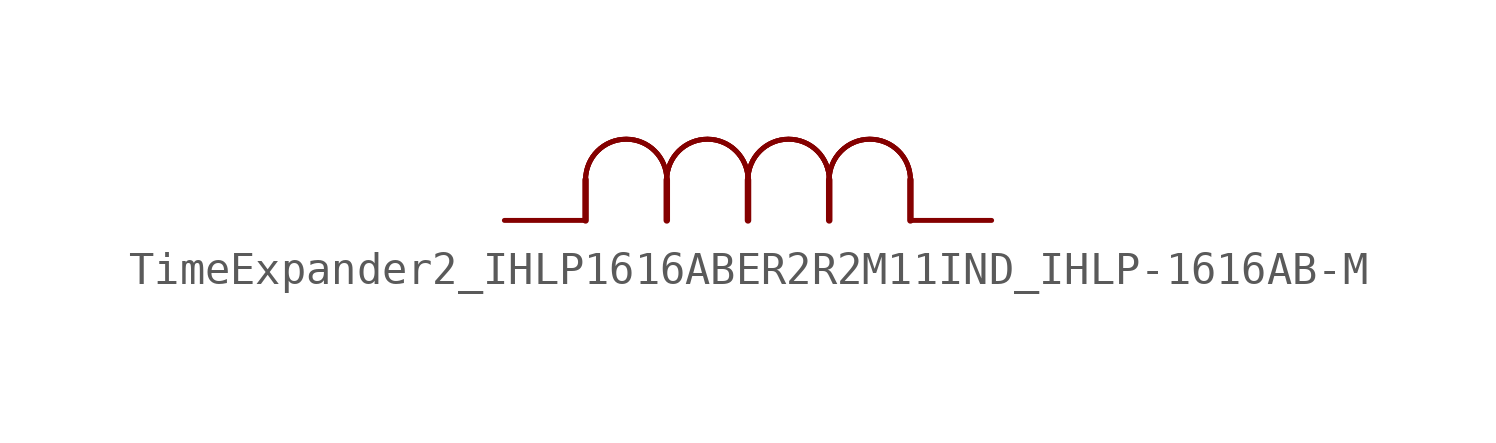
<source format=kicad_sym>
(kicad_symbol_lib
  (version 20231120)
  (generator "kicad_symbol_editor")
  (generator_version "8.0")
  (symbol "TimeExpander2_IHLP1616ABER2R2M11IND_IHLP-1616AB-M"
    (property "Reference" "L"
      (at -0.914 3.353 0)
      (effects (font (size 3.48 2.958)) (justify left bottom) (hide yes)))
    (property "ki_locked" ""
      (at 0 0 0)
      (effects (font (size 1.27 1.27))))
    (symbol "TimeExpander2_IHLP1616ABER2R2M11IND_IHLP-1616AB-M_1_0"
      (polyline (pts (xy 2.54 0) (xy 2.54 1.27)) (stroke (width 0.203) (type solid)) (fill (type none)))
      (polyline (pts (xy 5.08 0) (xy 5.08 1.27)) (stroke (width 0.203) (type solid)) (fill (type none)))
      (polyline (pts (xy 7.62 0) (xy 7.62 1.27)) (stroke (width 0.203) (type solid)) (fill (type none)))
      (polyline (pts (xy 10.16 0) (xy 10.16 1.27)) (stroke (width 0.203) (type solid)) (fill (type none)))
      (polyline (pts (xy 12.7 0) (xy 12.7 1.27)) (stroke (width 0.203) (type solid)) (fill (type none)))
      (arc (start 5.08 1.27) (mid 3.81 2.54) (end 2.54 1.27) (stroke (width 0.1524) (type solid)) (fill (type none)))
      (arc (start 5.08 1.27) (mid 3.81 2.54) (end 2.54 1.27) (stroke (width 0.1524) (type solid)) (fill (type none)))
      (arc (start 5.08 1.27) (mid 3.81 2.54) (end 2.54 1.27) (stroke (width 0.1524) (type solid)) (fill (type none)))
      (arc (start 7.62 1.27) (mid 6.35 2.54) (end 5.08 1.27) (stroke (width 0.1524) (type solid)) (fill (type none)))
      (arc (start 7.62 1.27) (mid 6.35 2.54) (end 5.08 1.27) (stroke (width 0.1524) (type solid)) (fill (type none)))
      (arc (start 7.62 1.27) (mid 6.35 2.54) (end 5.08 1.27) (stroke (width 0.1524) (type solid)) (fill (type none)))
      (arc (start 10.16 1.27) (mid 8.89 2.54) (end 7.62 1.27) (stroke (width 0.1524) (type solid)) (fill (type none)))
      (arc (start 10.16 1.27) (mid 8.89 2.54) (end 7.62 1.27) (stroke (width 0.1524) (type solid)) (fill (type none)))
      (arc (start 10.16 1.27) (mid 8.89 2.54) (end 7.62 1.27) (stroke (width 0.1524) (type solid)) (fill (type none)))
      (arc (start 12.7 1.27) (mid 11.43 2.54) (end 10.16 1.27) (stroke (width 0.1524) (type solid)) (fill (type none)))
      (arc (start 12.7 1.27) (mid 11.43 2.54) (end 10.16 1.27) (stroke (width 0.1524) (type solid)) (fill (type none)))
      (arc (start 12.7 1.27) (mid 11.43 2.54) (end 10.16 1.27) (stroke (width 0.1524) (type solid)) (fill (type none)))
      (pin passive line (at 15.24 0 180) (length 2.54) (name "1" (effects (font (size 0 0)))) (number "1" (effects (font (size 0 0)))))
      (pin passive line (at 0 0 0) (length 2.54) (name "2" (effects (font (size 0 0)))) (number "2" (effects (font (size 0 0))))))))
</source>
